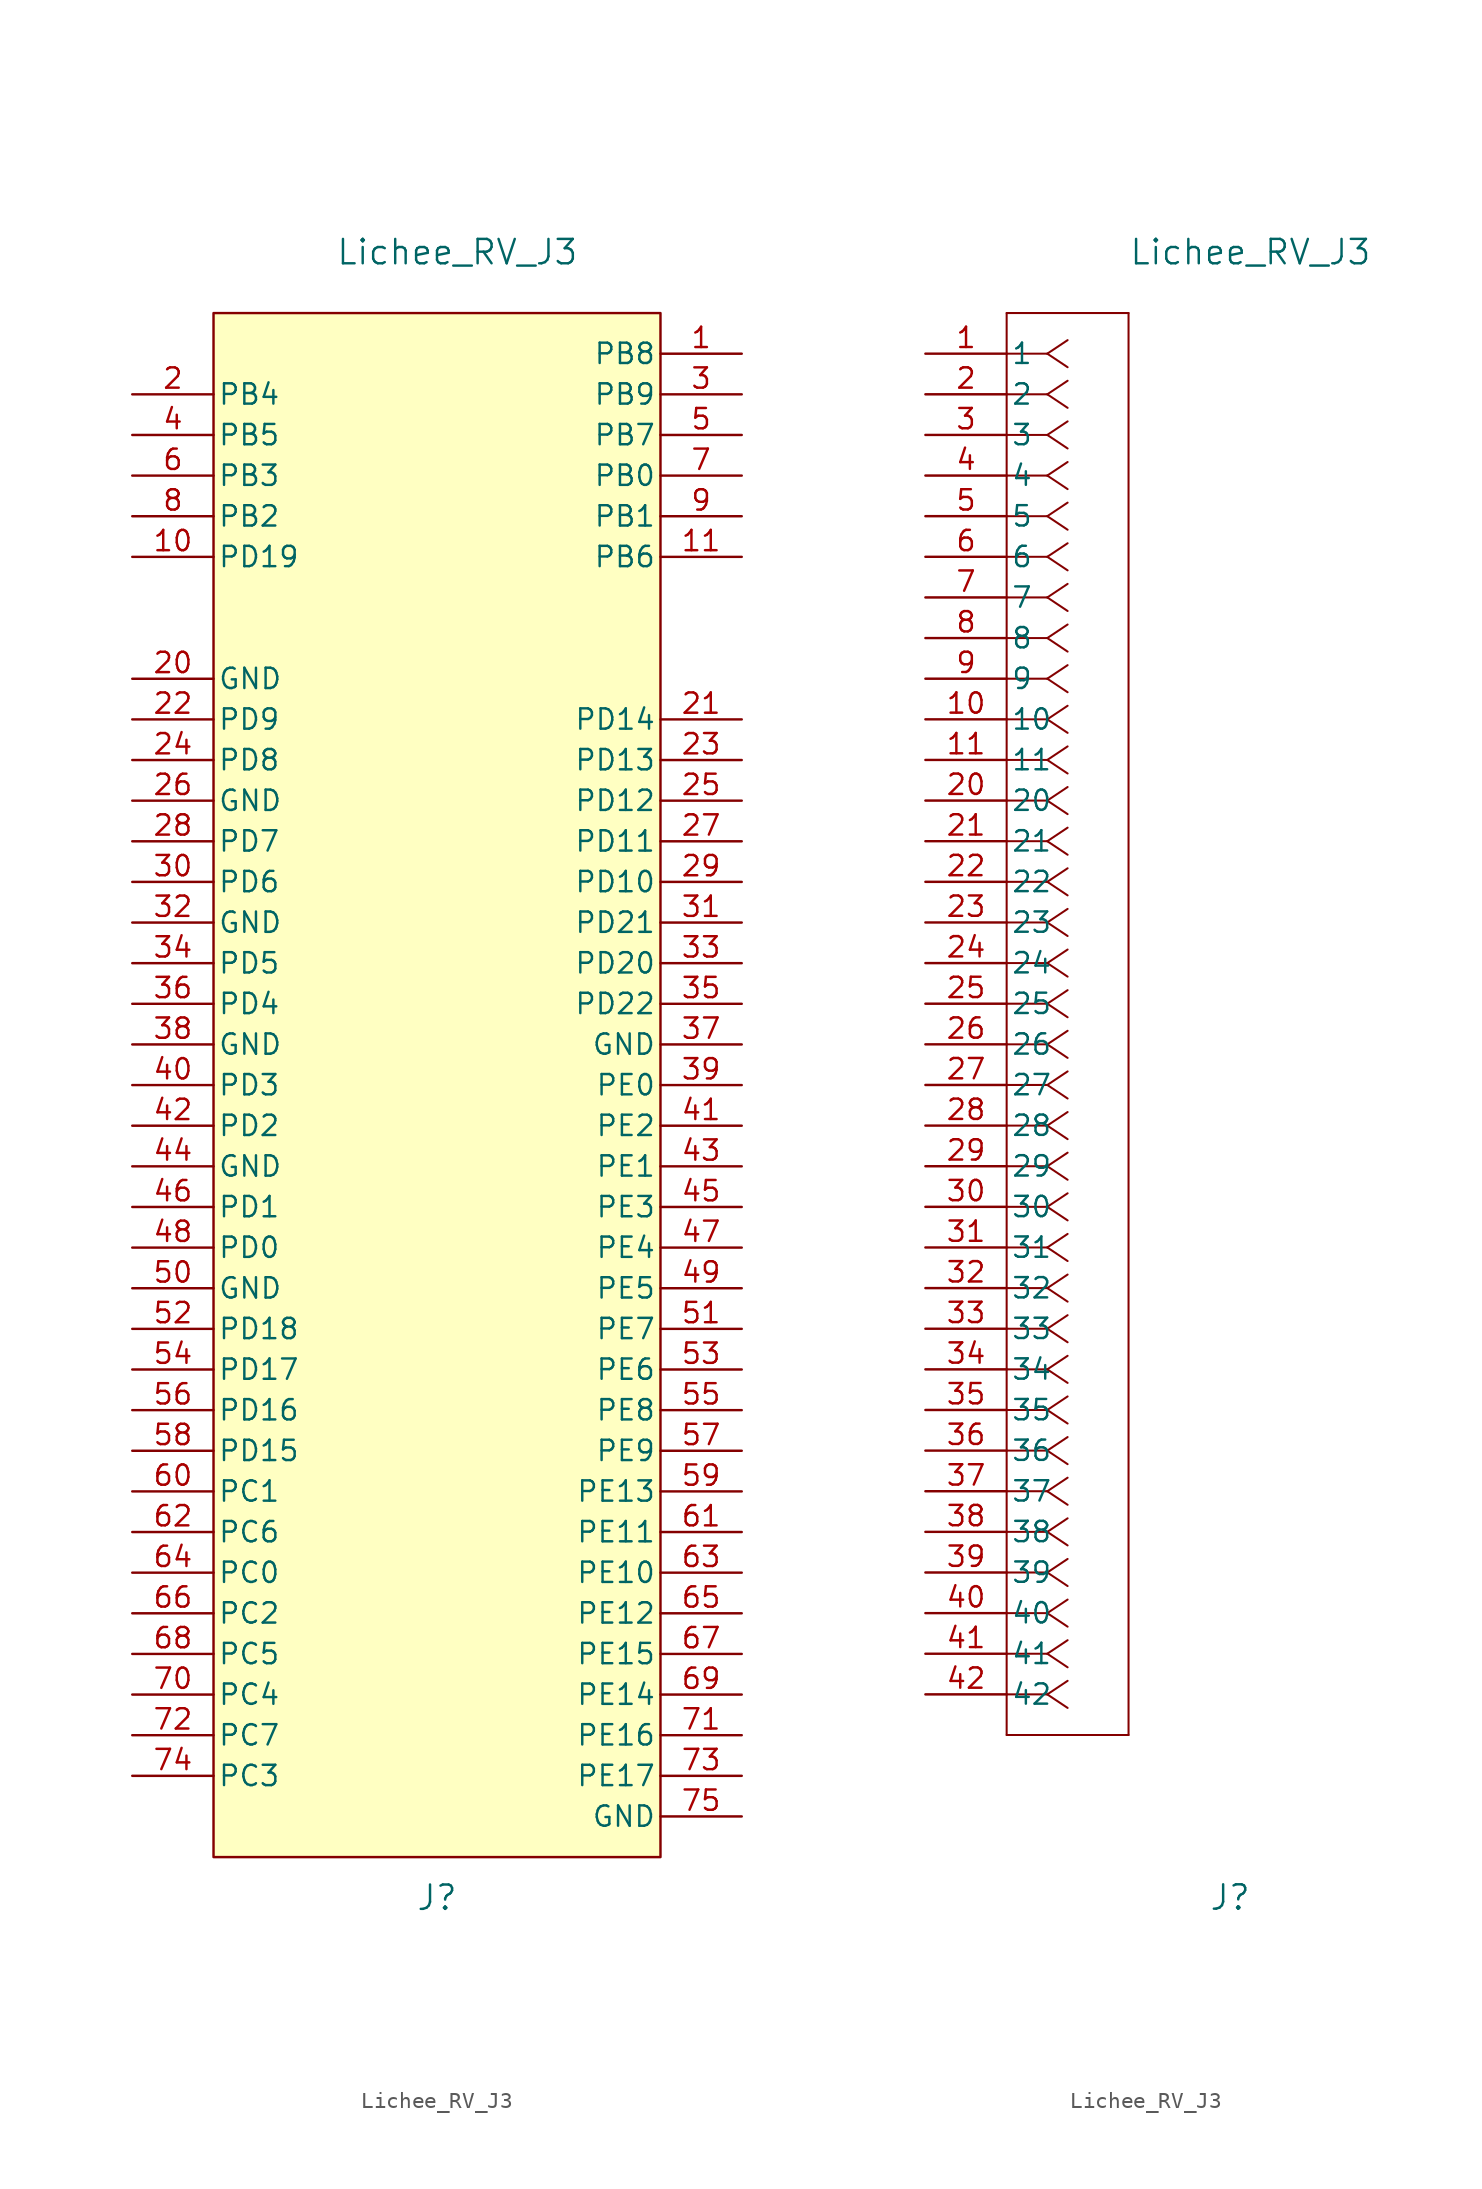
<source format=kicad_sym>
(kicad_symbol_lib
  (version 20220914)
  (generator kicad_symbol_editor)
  (symbol "Lichee_RV_J3"
    (pin_names
      (offset 0.254))
    (property "Reference" "J"
      (at 19.05 -96.52 0)
      (effects (font (size 1.524 1.524))))
    (property "Value" "Lichee_RV_J3"
      (at 20.32 6.35 0)
      (effects (font (size 1.524 1.524))))
    (symbol "Lichee_RV_J3_1_1"
      (rectangle (start 5.08 2.54) (end 33.02 -93.98) (stroke (width 0) (type default)) (fill (type background)))
      (pin unspecified line (at 38.1 0 180) (length 5.08) (name "PB8" (effects (font (size 1.27 1.27)))) (number "1" (effects (font (size 1.27 1.27)))))
      (pin unspecified line (at 0 -12.7 0) (length 5.08) (name "PD19" (effects (font (size 1.27 1.27)))) (number "10" (effects (font (size 1.27 1.27)))))
      (pin unspecified line (at 38.1 -12.7 180) (length 5.08) (name "PB6" (effects (font (size 1.27 1.27)))) (number "11" (effects (font (size 1.27 1.27)))))
      (pin unspecified line (at 0 -2.54 0) (length 5.08) (name "PB4" (effects (font (size 1.27 1.27)))) (number "2" (effects (font (size 1.27 1.27)))))
      (pin unspecified line (at 0 -20.32 0) (length 5.08) (name "GND" (effects (font (size 1.27 1.27)))) (number "20" (effects (font (size 1.27 1.27)))))
      (pin unspecified line (at 38.1 -22.86 180) (length 5.08) (name "PD14" (effects (font (size 1.27 1.27)))) (number "21" (effects (font (size 1.27 1.27)))))
      (pin unspecified line (at 0 -22.86 0) (length 5.08) (name "PD9" (effects (font (size 1.27 1.27)))) (number "22" (effects (font (size 1.27 1.27)))))
      (pin unspecified line (at 38.1 -25.4 180) (length 5.08) (name "PD13" (effects (font (size 1.27 1.27)))) (number "23" (effects (font (size 1.27 1.27)))))
      (pin unspecified line (at 0 -25.4 0) (length 5.08) (name "PD8" (effects (font (size 1.27 1.27)))) (number "24" (effects (font (size 1.27 1.27)))))
      (pin unspecified line (at 38.1 -27.94 180) (length 5.08) (name "PD12" (effects (font (size 1.27 1.27)))) (number "25" (effects (font (size 1.27 1.27)))))
      (pin unspecified line (at 0 -27.94 0) (length 5.08) (name "GND" (effects (font (size 1.27 1.27)))) (number "26" (effects (font (size 1.27 1.27)))))
      (pin unspecified line (at 38.1 -30.48 180) (length 5.08) (name "PD11" (effects (font (size 1.27 1.27)))) (number "27" (effects (font (size 1.27 1.27)))))
      (pin unspecified line (at 0 -30.48 0) (length 5.08) (name "PD7" (effects (font (size 1.27 1.27)))) (number "28" (effects (font (size 1.27 1.27)))))
      (pin unspecified line (at 38.1 -33.02 180) (length 5.08) (name "PD10" (effects (font (size 1.27 1.27)))) (number "29" (effects (font (size 1.27 1.27)))))
      (pin unspecified line (at 38.1 -2.54 180) (length 5.08) (name "PB9" (effects (font (size 1.27 1.27)))) (number "3" (effects (font (size 1.27 1.27)))))
      (pin unspecified line (at 0 -33.02 0) (length 5.08) (name "PD6" (effects (font (size 1.27 1.27)))) (number "30" (effects (font (size 1.27 1.27)))))
      (pin unspecified line (at 38.1 -35.56 180) (length 5.08) (name "PD21" (effects (font (size 1.27 1.27)))) (number "31" (effects (font (size 1.27 1.27)))))
      (pin unspecified line (at 0 -35.56 0) (length 5.08) (name "GND" (effects (font (size 1.27 1.27)))) (number "32" (effects (font (size 1.27 1.27)))))
      (pin unspecified line (at 38.1 -38.1 180) (length 5.08) (name "PD20" (effects (font (size 1.27 1.27)))) (number "33" (effects (font (size 1.27 1.27)))))
      (pin unspecified line (at 0 -38.1 0) (length 5.08) (name "PD5" (effects (font (size 1.27 1.27)))) (number "34" (effects (font (size 1.27 1.27)))))
      (pin unspecified line (at 38.1 -40.64 180) (length 5.08) (name "PD22" (effects (font (size 1.27 1.27)))) (number "35" (effects (font (size 1.27 1.27)))))
      (pin unspecified line (at 0 -40.64 0) (length 5.08) (name "PD4" (effects (font (size 1.27 1.27)))) (number "36" (effects (font (size 1.27 1.27)))))
      (pin unspecified line (at 38.1 -43.18 180) (length 5.08) (name "GND" (effects (font (size 1.27 1.27)))) (number "37" (effects (font (size 1.27 1.27)))))
      (pin unspecified line (at 0 -43.18 0) (length 5.08) (name "GND" (effects (font (size 1.27 1.27)))) (number "38" (effects (font (size 1.27 1.27)))))
      (pin unspecified line (at 38.1 -45.72 180) (length 5.08) (name "PE0" (effects (font (size 1.27 1.27)))) (number "39" (effects (font (size 1.27 1.27)))))
      (pin unspecified line (at 0 -5.08 0) (length 5.08) (name "PB5" (effects (font (size 1.27 1.27)))) (number "4" (effects (font (size 1.27 1.27)))))
      (pin unspecified line (at 0 -45.72 0) (length 5.08) (name "PD3" (effects (font (size 1.27 1.27)))) (number "40" (effects (font (size 1.27 1.27)))))
      (pin unspecified line (at 38.1 -48.26 180) (length 5.08) (name "PE2" (effects (font (size 1.27 1.27)))) (number "41" (effects (font (size 1.27 1.27)))))
      (pin unspecified line (at 0 -48.26 0) (length 5.08) (name "PD2" (effects (font (size 1.27 1.27)))) (number "42" (effects (font (size 1.27 1.27)))))
      (pin unspecified line (at 38.1 -50.8 180) (length 5.08) (name "PE1" (effects (font (size 1.27 1.27)))) (number "43" (effects (font (size 1.27 1.27)))))
      (pin unspecified line (at 0 -50.8 0) (length 5.08) (name "GND" (effects (font (size 1.27 1.27)))) (number "44" (effects (font (size 1.27 1.27)))))
      (pin unspecified line (at 38.1 -53.34 180) (length 5.08) (name "PE3" (effects (font (size 1.27 1.27)))) (number "45" (effects (font (size 1.27 1.27)))))
      (pin unspecified line (at 0 -53.34 0) (length 5.08) (name "PD1" (effects (font (size 1.27 1.27)))) (number "46" (effects (font (size 1.27 1.27)))))
      (pin unspecified line (at 38.1 -55.88 180) (length 5.08) (name "PE4" (effects (font (size 1.27 1.27)))) (number "47" (effects (font (size 1.27 1.27)))))
      (pin unspecified line (at 0 -55.88 0) (length 5.08) (name "PD0" (effects (font (size 1.27 1.27)))) (number "48" (effects (font (size 1.27 1.27)))))
      (pin unspecified line (at 38.1 -58.42 180) (length 5.08) (name "PE5" (effects (font (size 1.27 1.27)))) (number "49" (effects (font (size 1.27 1.27)))))
      (pin unspecified line (at 38.1 -5.08 180) (length 5.08) (name "PB7" (effects (font (size 1.27 1.27)))) (number "5" (effects (font (size 1.27 1.27)))))
      (pin unspecified line (at 0 -58.42 0) (length 5.08) (name "GND" (effects (font (size 1.27 1.27)))) (number "50" (effects (font (size 1.27 1.27)))))
      (pin unspecified line (at 38.1 -60.96 180) (length 5.08) (name "PE7" (effects (font (size 1.27 1.27)))) (number "51" (effects (font (size 1.27 1.27)))))
      (pin unspecified line (at 0 -60.96 0) (length 5.08) (name "PD18" (effects (font (size 1.27 1.27)))) (number "52" (effects (font (size 1.27 1.27)))))
      (pin unspecified line (at 38.1 -63.5 180) (length 5.08) (name "PE6" (effects (font (size 1.27 1.27)))) (number "53" (effects (font (size 1.27 1.27)))))
      (pin unspecified line (at 0 -63.5 0) (length 5.08) (name "PD17" (effects (font (size 1.27 1.27)))) (number "54" (effects (font (size 1.27 1.27)))))
      (pin unspecified line (at 38.1 -66.04 180) (length 5.08) (name "PE8" (effects (font (size 1.27 1.27)))) (number "55" (effects (font (size 1.27 1.27)))))
      (pin unspecified line (at 0 -66.04 0) (length 5.08) (name "PD16" (effects (font (size 1.27 1.27)))) (number "56" (effects (font (size 1.27 1.27)))))
      (pin unspecified line (at 38.1 -68.58 180) (length 5.08) (name "PE9" (effects (font (size 1.27 1.27)))) (number "57" (effects (font (size 1.27 1.27)))))
      (pin unspecified line (at 0 -68.58 0) (length 5.08) (name "PD15" (effects (font (size 1.27 1.27)))) (number "58" (effects (font (size 1.27 1.27)))))
      (pin unspecified line (at 38.1 -71.12 180) (length 5.08) (name "PE13" (effects (font (size 1.27 1.27)))) (number "59" (effects (font (size 1.27 1.27)))))
      (pin unspecified line (at 0 -7.62 0) (length 5.08) (name "PB3" (effects (font (size 1.27 1.27)))) (number "6" (effects (font (size 1.27 1.27)))))
      (pin unspecified line (at 0 -71.12 0) (length 5.08) (name "PC1" (effects (font (size 1.27 1.27)))) (number "60" (effects (font (size 1.27 1.27)))))
      (pin unspecified line (at 38.1 -73.66 180) (length 5.08) (name "PE11" (effects (font (size 1.27 1.27)))) (number "61" (effects (font (size 1.27 1.27)))))
      (pin unspecified line (at 0 -73.66 0) (length 5.08) (name "PC6" (effects (font (size 1.27 1.27)))) (number "62" (effects (font (size 1.27 1.27)))))
      (pin unspecified line (at 38.1 -76.2 180) (length 5.08) (name "PE10" (effects (font (size 1.27 1.27)))) (number "63" (effects (font (size 1.27 1.27)))))
      (pin unspecified line (at 0 -76.2 0) (length 5.08) (name "PC0" (effects (font (size 1.27 1.27)))) (number "64" (effects (font (size 1.27 1.27)))))
      (pin unspecified line (at 38.1 -78.74 180) (length 5.08) (name "PE12" (effects (font (size 1.27 1.27)))) (number "65" (effects (font (size 1.27 1.27)))))
      (pin unspecified line (at 0 -78.74 0) (length 5.08) (name "PC2" (effects (font (size 1.27 1.27)))) (number "66" (effects (font (size 1.27 1.27)))))
      (pin unspecified line (at 38.1 -81.28 180) (length 5.08) (name "PE15" (effects (font (size 1.27 1.27)))) (number "67" (effects (font (size 1.27 1.27)))))
      (pin unspecified line (at 0 -81.28 0) (length 5.08) (name "PC5" (effects (font (size 1.27 1.27)))) (number "68" (effects (font (size 1.27 1.27)))))
      (pin unspecified line (at 38.1 -83.82 180) (length 5.08) (name "PE14" (effects (font (size 1.27 1.27)))) (number "69" (effects (font (size 1.27 1.27)))))
      (pin unspecified line (at 38.1 -7.62 180) (length 5.08) (name "PB0" (effects (font (size 1.27 1.27)))) (number "7" (effects (font (size 1.27 1.27)))))
      (pin unspecified line (at 0 -83.82 0) (length 5.08) (name "PC4" (effects (font (size 1.27 1.27)))) (number "70" (effects (font (size 1.27 1.27)))))
      (pin unspecified line (at 38.1 -86.36 180) (length 5.08) (name "PE16" (effects (font (size 1.27 1.27)))) (number "71" (effects (font (size 1.27 1.27)))))
      (pin unspecified line (at 0 -86.36 0) (length 5.08) (name "PC7" (effects (font (size 1.27 1.27)))) (number "72" (effects (font (size 1.27 1.27)))))
      (pin unspecified line (at 38.1 -88.9 180) (length 5.08) (name "PE17" (effects (font (size 1.27 1.27)))) (number "73" (effects (font (size 1.27 1.27)))))
      (pin unspecified line (at 0 -88.9 0) (length 5.08) (name "PC3" (effects (font (size 1.27 1.27)))) (number "74" (effects (font (size 1.27 1.27)))))
      (pin unspecified line (at 38.1 -91.44 180) (length 5.08) (name "GND" (effects (font (size 1.27 1.27)))) (number "75" (effects (font (size 1.27 1.27)))))
      (pin unspecified line (at 0 -10.16 0) (length 5.08) (name "PB2" (effects (font (size 1.27 1.27)))) (number "8" (effects (font (size 1.27 1.27)))))
      (pin unspecified line (at 38.1 -10.16 180) (length 5.08) (name "PB1" (effects (font (size 1.27 1.27)))) (number "9" (effects (font (size 1.27 1.27))))))
    (symbol "Lichee_RV_J3_1_2"
      (polyline (pts (xy 5.08 -86.36) (xy 12.7 -86.36)) (stroke (width 0.127) (type default)) (fill (type none)))
      (polyline (pts (xy 5.08 2.54) (xy 5.08 -86.36)) (stroke (width 0.127) (type default)) (fill (type none)))
      (polyline (pts (xy 7.62 -83.82) (xy 5.08 -83.82)) (stroke (width 0.127) (type default)) (fill (type none)))
      (polyline (pts (xy 7.62 -83.82) (xy 8.89 -84.667)) (stroke (width 0.127) (type default)) (fill (type none)))
      (polyline (pts (xy 7.62 -83.82) (xy 8.89 -82.973)) (stroke (width 0.127) (type default)) (fill (type none)))
      (polyline (pts (xy 7.62 -81.28) (xy 5.08 -81.28)) (stroke (width 0.127) (type default)) (fill (type none)))
      (polyline (pts (xy 7.62 -81.28) (xy 8.89 -82.127)) (stroke (width 0.127) (type default)) (fill (type none)))
      (polyline (pts (xy 7.62 -81.28) (xy 8.89 -80.433)) (stroke (width 0.127) (type default)) (fill (type none)))
      (polyline (pts (xy 7.62 -78.74) (xy 5.08 -78.74)) (stroke (width 0.127) (type default)) (fill (type none)))
      (polyline (pts (xy 7.62 -78.74) (xy 8.89 -79.587)) (stroke (width 0.127) (type default)) (fill (type none)))
      (polyline (pts (xy 7.62 -78.74) (xy 8.89 -77.893)) (stroke (width 0.127) (type default)) (fill (type none)))
      (polyline (pts (xy 7.62 -76.2) (xy 5.08 -76.2)) (stroke (width 0.127) (type default)) (fill (type none)))
      (polyline (pts (xy 7.62 -76.2) (xy 8.89 -77.047)) (stroke (width 0.127) (type default)) (fill (type none)))
      (polyline (pts (xy 7.62 -76.2) (xy 8.89 -75.353)) (stroke (width 0.127) (type default)) (fill (type none)))
      (polyline (pts (xy 7.62 -73.66) (xy 5.08 -73.66)) (stroke (width 0.127) (type default)) (fill (type none)))
      (polyline (pts (xy 7.62 -73.66) (xy 8.89 -74.507)) (stroke (width 0.127) (type default)) (fill (type none)))
      (polyline (pts (xy 7.62 -73.66) (xy 8.89 -72.813)) (stroke (width 0.127) (type default)) (fill (type none)))
      (polyline (pts (xy 7.62 -71.12) (xy 5.08 -71.12)) (stroke (width 0.127) (type default)) (fill (type none)))
      (polyline (pts (xy 7.62 -71.12) (xy 8.89 -71.967)) (stroke (width 0.127) (type default)) (fill (type none)))
      (polyline (pts (xy 7.62 -71.12) (xy 8.89 -70.273)) (stroke (width 0.127) (type default)) (fill (type none)))
      (polyline (pts (xy 7.62 -68.58) (xy 5.08 -68.58)) (stroke (width 0.127) (type default)) (fill (type none)))
      (polyline (pts (xy 7.62 -68.58) (xy 8.89 -69.427)) (stroke (width 0.127) (type default)) (fill (type none)))
      (polyline (pts (xy 7.62 -68.58) (xy 8.89 -67.733)) (stroke (width 0.127) (type default)) (fill (type none)))
      (polyline (pts (xy 7.62 -66.04) (xy 5.08 -66.04)) (stroke (width 0.127) (type default)) (fill (type none)))
      (polyline (pts (xy 7.62 -66.04) (xy 8.89 -66.887)) (stroke (width 0.127) (type default)) (fill (type none)))
      (polyline (pts (xy 7.62 -66.04) (xy 8.89 -65.193)) (stroke (width 0.127) (type default)) (fill (type none)))
      (polyline (pts (xy 7.62 -63.5) (xy 5.08 -63.5)) (stroke (width 0.127) (type default)) (fill (type none)))
      (polyline (pts (xy 7.62 -63.5) (xy 8.89 -64.347)) (stroke (width 0.127) (type default)) (fill (type none)))
      (polyline (pts (xy 7.62 -63.5) (xy 8.89 -62.653)) (stroke (width 0.127) (type default)) (fill (type none)))
      (polyline (pts (xy 7.62 -60.96) (xy 5.08 -60.96)) (stroke (width 0.127) (type default)) (fill (type none)))
      (polyline (pts (xy 7.62 -60.96) (xy 8.89 -61.807)) (stroke (width 0.127) (type default)) (fill (type none)))
      (polyline (pts (xy 7.62 -60.96) (xy 8.89 -60.113)) (stroke (width 0.127) (type default)) (fill (type none)))
      (polyline (pts (xy 7.62 -58.42) (xy 5.08 -58.42)) (stroke (width 0.127) (type default)) (fill (type none)))
      (polyline (pts (xy 7.62 -58.42) (xy 8.89 -59.267)) (stroke (width 0.127) (type default)) (fill (type none)))
      (polyline (pts (xy 7.62 -58.42) (xy 8.89 -57.573)) (stroke (width 0.127) (type default)) (fill (type none)))
      (polyline (pts (xy 7.62 -55.88) (xy 5.08 -55.88)) (stroke (width 0.127) (type default)) (fill (type none)))
      (polyline (pts (xy 7.62 -55.88) (xy 8.89 -56.727)) (stroke (width 0.127) (type default)) (fill (type none)))
      (polyline (pts (xy 7.62 -55.88) (xy 8.89 -55.033)) (stroke (width 0.127) (type default)) (fill (type none)))
      (polyline (pts (xy 7.62 -53.34) (xy 5.08 -53.34)) (stroke (width 0.127) (type default)) (fill (type none)))
      (polyline (pts (xy 7.62 -53.34) (xy 8.89 -54.187)) (stroke (width 0.127) (type default)) (fill (type none)))
      (polyline (pts (xy 7.62 -53.34) (xy 8.89 -52.493)) (stroke (width 0.127) (type default)) (fill (type none)))
      (polyline (pts (xy 7.62 -50.8) (xy 5.08 -50.8)) (stroke (width 0.127) (type default)) (fill (type none)))
      (polyline (pts (xy 7.62 -50.8) (xy 8.89 -51.647)) (stroke (width 0.127) (type default)) (fill (type none)))
      (polyline (pts (xy 7.62 -50.8) (xy 8.89 -49.953)) (stroke (width 0.127) (type default)) (fill (type none)))
      (polyline (pts (xy 7.62 -48.26) (xy 5.08 -48.26)) (stroke (width 0.127) (type default)) (fill (type none)))
      (polyline (pts (xy 7.62 -48.26) (xy 8.89 -49.107)) (stroke (width 0.127) (type default)) (fill (type none)))
      (polyline (pts (xy 7.62 -48.26) (xy 8.89 -47.413)) (stroke (width 0.127) (type default)) (fill (type none)))
      (polyline (pts (xy 7.62 -45.72) (xy 5.08 -45.72)) (stroke (width 0.127) (type default)) (fill (type none)))
      (polyline (pts (xy 7.62 -45.72) (xy 8.89 -46.567)) (stroke (width 0.127) (type default)) (fill (type none)))
      (polyline (pts (xy 7.62 -45.72) (xy 8.89 -44.873)) (stroke (width 0.127) (type default)) (fill (type none)))
      (polyline (pts (xy 7.62 -43.18) (xy 5.08 -43.18)) (stroke (width 0.127) (type default)) (fill (type none)))
      (polyline (pts (xy 7.62 -43.18) (xy 8.89 -44.027)) (stroke (width 0.127) (type default)) (fill (type none)))
      (polyline (pts (xy 7.62 -43.18) (xy 8.89 -42.333)) (stroke (width 0.127) (type default)) (fill (type none)))
      (polyline (pts (xy 7.62 -40.64) (xy 5.08 -40.64)) (stroke (width 0.127) (type default)) (fill (type none)))
      (polyline (pts (xy 7.62 -40.64) (xy 8.89 -41.487)) (stroke (width 0.127) (type default)) (fill (type none)))
      (polyline (pts (xy 7.62 -40.64) (xy 8.89 -39.793)) (stroke (width 0.127) (type default)) (fill (type none)))
      (polyline (pts (xy 7.62 -38.1) (xy 5.08 -38.1)) (stroke (width 0.127) (type default)) (fill (type none)))
      (polyline (pts (xy 7.62 -38.1) (xy 8.89 -38.947)) (stroke (width 0.127) (type default)) (fill (type none)))
      (polyline (pts (xy 7.62 -38.1) (xy 8.89 -37.253)) (stroke (width 0.127) (type default)) (fill (type none)))
      (polyline (pts (xy 7.62 -35.56) (xy 5.08 -35.56)) (stroke (width 0.127) (type default)) (fill (type none)))
      (polyline (pts (xy 7.62 -35.56) (xy 8.89 -36.407)) (stroke (width 0.127) (type default)) (fill (type none)))
      (polyline (pts (xy 7.62 -35.56) (xy 8.89 -34.713)) (stroke (width 0.127) (type default)) (fill (type none)))
      (polyline (pts (xy 7.62 -33.02) (xy 5.08 -33.02)) (stroke (width 0.127) (type default)) (fill (type none)))
      (polyline (pts (xy 7.62 -33.02) (xy 8.89 -33.867)) (stroke (width 0.127) (type default)) (fill (type none)))
      (polyline (pts (xy 7.62 -33.02) (xy 8.89 -32.173)) (stroke (width 0.127) (type default)) (fill (type none)))
      (polyline (pts (xy 7.62 -30.48) (xy 5.08 -30.48)) (stroke (width 0.127) (type default)) (fill (type none)))
      (polyline (pts (xy 7.62 -30.48) (xy 8.89 -31.327)) (stroke (width 0.127) (type default)) (fill (type none)))
      (polyline (pts (xy 7.62 -30.48) (xy 8.89 -29.633)) (stroke (width 0.127) (type default)) (fill (type none)))
      (polyline (pts (xy 7.62 -27.94) (xy 5.08 -27.94)) (stroke (width 0.127) (type default)) (fill (type none)))
      (polyline (pts (xy 7.62 -27.94) (xy 8.89 -28.787)) (stroke (width 0.127) (type default)) (fill (type none)))
      (polyline (pts (xy 7.62 -27.94) (xy 8.89 -27.093)) (stroke (width 0.127) (type default)) (fill (type none)))
      (polyline (pts (xy 7.62 -25.4) (xy 5.08 -25.4)) (stroke (width 0.127) (type default)) (fill (type none)))
      (polyline (pts (xy 7.62 -25.4) (xy 8.89 -26.247)) (stroke (width 0.127) (type default)) (fill (type none)))
      (polyline (pts (xy 7.62 -25.4) (xy 8.89 -24.553)) (stroke (width 0.127) (type default)) (fill (type none)))
      (polyline (pts (xy 7.62 -22.86) (xy 5.08 -22.86)) (stroke (width 0.127) (type default)) (fill (type none)))
      (polyline (pts (xy 7.62 -22.86) (xy 8.89 -23.707)) (stroke (width 0.127) (type default)) (fill (type none)))
      (polyline (pts (xy 7.62 -22.86) (xy 8.89 -22.013)) (stroke (width 0.127) (type default)) (fill (type none)))
      (polyline (pts (xy 7.62 -20.32) (xy 5.08 -20.32)) (stroke (width 0.127) (type default)) (fill (type none)))
      (polyline (pts (xy 7.62 -20.32) (xy 8.89 -21.167)) (stroke (width 0.127) (type default)) (fill (type none)))
      (polyline (pts (xy 7.62 -20.32) (xy 8.89 -19.473)) (stroke (width 0.127) (type default)) (fill (type none)))
      (polyline (pts (xy 7.62 -17.78) (xy 5.08 -17.78)) (stroke (width 0.127) (type default)) (fill (type none)))
      (polyline (pts (xy 7.62 -17.78) (xy 8.89 -18.627)) (stroke (width 0.127) (type default)) (fill (type none)))
      (polyline (pts (xy 7.62 -17.78) (xy 8.89 -16.933)) (stroke (width 0.127) (type default)) (fill (type none)))
      (polyline (pts (xy 7.62 -15.24) (xy 5.08 -15.24)) (stroke (width 0.127) (type default)) (fill (type none)))
      (polyline (pts (xy 7.62 -15.24) (xy 8.89 -16.087)) (stroke (width 0.127) (type default)) (fill (type none)))
      (polyline (pts (xy 7.62 -15.24) (xy 8.89 -14.393)) (stroke (width 0.127) (type default)) (fill (type none)))
      (polyline (pts (xy 7.62 -12.7) (xy 5.08 -12.7)) (stroke (width 0.127) (type default)) (fill (type none)))
      (polyline (pts (xy 7.62 -12.7) (xy 8.89 -13.547)) (stroke (width 0.127) (type default)) (fill (type none)))
      (polyline (pts (xy 7.62 -12.7) (xy 8.89 -11.853)) (stroke (width 0.127) (type default)) (fill (type none)))
      (polyline (pts (xy 7.62 -10.16) (xy 5.08 -10.16)) (stroke (width 0.127) (type default)) (fill (type none)))
      (polyline (pts (xy 7.62 -10.16) (xy 8.89 -11.007)) (stroke (width 0.127) (type default)) (fill (type none)))
      (polyline (pts (xy 7.62 -10.16) (xy 8.89 -9.313)) (stroke (width 0.127) (type default)) (fill (type none)))
      (polyline (pts (xy 7.62 -7.62) (xy 5.08 -7.62)) (stroke (width 0.127) (type default)) (fill (type none)))
      (polyline (pts (xy 7.62 -7.62) (xy 8.89 -8.467)) (stroke (width 0.127) (type default)) (fill (type none)))
      (polyline (pts (xy 7.62 -7.62) (xy 8.89 -6.773)) (stroke (width 0.127) (type default)) (fill (type none)))
      (polyline (pts (xy 7.62 -5.08) (xy 5.08 -5.08)) (stroke (width 0.127) (type default)) (fill (type none)))
      (polyline (pts (xy 7.62 -5.08) (xy 8.89 -5.927)) (stroke (width 0.127) (type default)) (fill (type none)))
      (polyline (pts (xy 7.62 -5.08) (xy 8.89 -4.233)) (stroke (width 0.127) (type default)) (fill (type none)))
      (polyline (pts (xy 7.62 -2.54) (xy 5.08 -2.54)) (stroke (width 0.127) (type default)) (fill (type none)))
      (polyline (pts (xy 7.62 -2.54) (xy 8.89 -3.387)) (stroke (width 0.127) (type default)) (fill (type none)))
      (polyline (pts (xy 7.62 -2.54) (xy 8.89 -1.693)) (stroke (width 0.127) (type default)) (fill (type none)))
      (polyline (pts (xy 7.62 0) (xy 5.08 0)) (stroke (width 0.127) (type default)) (fill (type none)))
      (polyline (pts (xy 7.62 0) (xy 8.89 -0.847)) (stroke (width 0.127) (type default)) (fill (type none)))
      (polyline (pts (xy 7.62 0) (xy 8.89 0.847)) (stroke (width 0.127) (type default)) (fill (type none)))
      (polyline (pts (xy 12.7 -86.36) (xy 12.7 2.54)) (stroke (width 0.127) (type default)) (fill (type none)))
      (polyline (pts (xy 12.7 2.54) (xy 5.08 2.54)) (stroke (width 0.127) (type default)) (fill (type none)))
      (pin unspecified line (at 0 0 0) (length 5.08) (name "1" (effects (font (size 1.27 1.27)))) (number "1" (effects (font (size 1.27 1.27)))))
      (pin unspecified line (at 0 -22.86 0) (length 5.08) (name "10" (effects (font (size 1.27 1.27)))) (number "10" (effects (font (size 1.27 1.27)))))
      (pin unspecified line (at 0 -25.4 0) (length 5.08) (name "11" (effects (font (size 1.27 1.27)))) (number "11" (effects (font (size 1.27 1.27)))))
      (pin unspecified line (at 0 -2.54 0) (length 5.08) (name "2" (effects (font (size 1.27 1.27)))) (number "2" (effects (font (size 1.27 1.27)))))
      (pin unspecified line (at 0 -27.94 0) (length 5.08) (name "20" (effects (font (size 1.27 1.27)))) (number "20" (effects (font (size 1.27 1.27)))))
      (pin unspecified line (at 0 -30.48 0) (length 5.08) (name "21" (effects (font (size 1.27 1.27)))) (number "21" (effects (font (size 1.27 1.27)))))
      (pin unspecified line (at 0 -33.02 0) (length 5.08) (name "22" (effects (font (size 1.27 1.27)))) (number "22" (effects (font (size 1.27 1.27)))))
      (pin unspecified line (at 0 -35.56 0) (length 5.08) (name "23" (effects (font (size 1.27 1.27)))) (number "23" (effects (font (size 1.27 1.27)))))
      (pin unspecified line (at 0 -38.1 0) (length 5.08) (name "24" (effects (font (size 1.27 1.27)))) (number "24" (effects (font (size 1.27 1.27)))))
      (pin unspecified line (at 0 -40.64 0) (length 5.08) (name "25" (effects (font (size 1.27 1.27)))) (number "25" (effects (font (size 1.27 1.27)))))
      (pin unspecified line (at 0 -43.18 0) (length 5.08) (name "26" (effects (font (size 1.27 1.27)))) (number "26" (effects (font (size 1.27 1.27)))))
      (pin unspecified line (at 0 -45.72 0) (length 5.08) (name "27" (effects (font (size 1.27 1.27)))) (number "27" (effects (font (size 1.27 1.27)))))
      (pin unspecified line (at 0 -48.26 0) (length 5.08) (name "28" (effects (font (size 1.27 1.27)))) (number "28" (effects (font (size 1.27 1.27)))))
      (pin unspecified line (at 0 -50.8 0) (length 5.08) (name "29" (effects (font (size 1.27 1.27)))) (number "29" (effects (font (size 1.27 1.27)))))
      (pin unspecified line (at 0 -5.08 0) (length 5.08) (name "3" (effects (font (size 1.27 1.27)))) (number "3" (effects (font (size 1.27 1.27)))))
      (pin unspecified line (at 0 -53.34 0) (length 5.08) (name "30" (effects (font (size 1.27 1.27)))) (number "30" (effects (font (size 1.27 1.27)))))
      (pin unspecified line (at 0 -55.88 0) (length 5.08) (name "31" (effects (font (size 1.27 1.27)))) (number "31" (effects (font (size 1.27 1.27)))))
      (pin unspecified line (at 0 -58.42 0) (length 5.08) (name "32" (effects (font (size 1.27 1.27)))) (number "32" (effects (font (size 1.27 1.27)))))
      (pin unspecified line (at 0 -60.96 0) (length 5.08) (name "33" (effects (font (size 1.27 1.27)))) (number "33" (effects (font (size 1.27 1.27)))))
      (pin unspecified line (at 0 -63.5 0) (length 5.08) (name "34" (effects (font (size 1.27 1.27)))) (number "34" (effects (font (size 1.27 1.27)))))
      (pin unspecified line (at 0 -66.04 0) (length 5.08) (name "35" (effects (font (size 1.27 1.27)))) (number "35" (effects (font (size 1.27 1.27)))))
      (pin unspecified line (at 0 -68.58 0) (length 5.08) (name "36" (effects (font (size 1.27 1.27)))) (number "36" (effects (font (size 1.27 1.27)))))
      (pin unspecified line (at 0 -71.12 0) (length 5.08) (name "37" (effects (font (size 1.27 1.27)))) (number "37" (effects (font (size 1.27 1.27)))))
      (pin unspecified line (at 0 -73.66 0) (length 5.08) (name "38" (effects (font (size 1.27 1.27)))) (number "38" (effects (font (size 1.27 1.27)))))
      (pin unspecified line (at 0 -76.2 0) (length 5.08) (name "39" (effects (font (size 1.27 1.27)))) (number "39" (effects (font (size 1.27 1.27)))))
      (pin unspecified line (at 0 -7.62 0) (length 5.08) (name "4" (effects (font (size 1.27 1.27)))) (number "4" (effects (font (size 1.27 1.27)))))
      (pin unspecified line (at 0 -78.74 0) (length 5.08) (name "40" (effects (font (size 1.27 1.27)))) (number "40" (effects (font (size 1.27 1.27)))))
      (pin unspecified line (at 0 -81.28 0) (length 5.08) (name "41" (effects (font (size 1.27 1.27)))) (number "41" (effects (font (size 1.27 1.27)))))
      (pin unspecified line (at 0 -83.82 0) (length 5.08) (name "42" (effects (font (size 1.27 1.27)))) (number "42" (effects (font (size 1.27 1.27)))))
      (pin unspecified line (at 0 -10.16 0) (length 5.08) (name "5" (effects (font (size 1.27 1.27)))) (number "5" (effects (font (size 1.27 1.27)))))
      (pin unspecified line (at 0 -12.7 0) (length 5.08) (name "6" (effects (font (size 1.27 1.27)))) (number "6" (effects (font (size 1.27 1.27)))))
      (pin unspecified line (at 0 -15.24 0) (length 5.08) (name "7" (effects (font (size 1.27 1.27)))) (number "7" (effects (font (size 1.27 1.27)))))
      (pin unspecified line (at 0 -17.78 0) (length 5.08) (name "8" (effects (font (size 1.27 1.27)))) (number "8" (effects (font (size 1.27 1.27)))))
      (pin unspecified line (at 0 -20.32 0) (length 5.08) (name "9" (effects (font (size 1.27 1.27)))) (number "9" (effects (font (size 1.27 1.27))))))))
</source>
